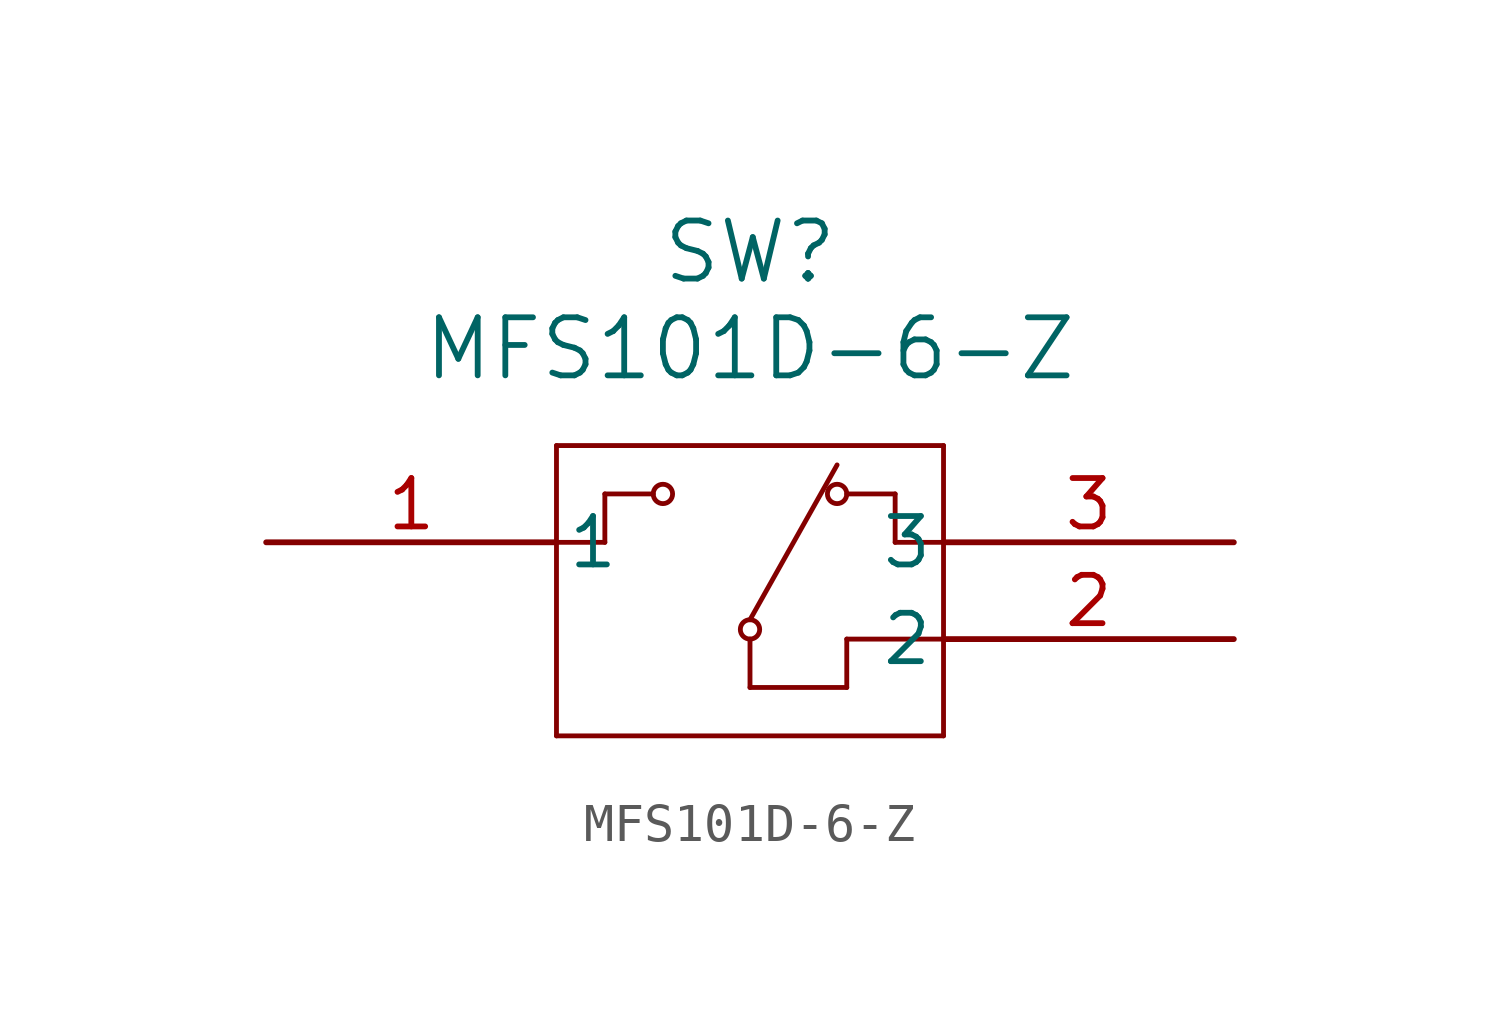
<source format=kicad_sym>
(kicad_symbol_lib
  (version 20211014)
  (generator kicad_symbol_editor)
  (symbol "MFS101D-6-Z"
    (pin_names
      (offset 0.254))
    (property "Reference" "SW"
      (at 12.7 7.62 0)
      (effects (font (size 1.524 1.524))))
    (property "Value" "MFS101D-6-Z"
      (at 12.7 5.08 0)
      (effects (font (size 1.524 1.524))))
    (symbol "MFS101D-6-Z_0_1"
      (polyline (pts (xy 7.62 2.54) (xy 7.62 -5.08)) (stroke (width 0.127) (type default) (color 0 0 0 0)) (fill (type none)))
      (polyline (pts (xy 7.62 -5.08) (xy 17.78 -5.08)) (stroke (width 0.127) (type default) (color 0 0 0 0)) (fill (type none)))
      (polyline (pts (xy 17.78 -5.08) (xy 17.78 2.54)) (stroke (width 0.127) (type default) (color 0 0 0 0)) (fill (type none)))
      (polyline (pts (xy 17.78 2.54) (xy 7.62 2.54)) (stroke (width 0.127) (type default) (color 0 0 0 0)) (fill (type none)))
      (polyline (pts (xy 8.89 1.27) (xy 10.16 1.27)) (stroke (width 0.127) (type default) (color 0 0 0 0)) (fill (type none)))
      (polyline (pts (xy 16.51 0) (xy 17.78 0)) (stroke (width 0.127) (type default) (color 0 0 0 0)) (fill (type none)))
      (polyline (pts (xy 17.78 -2.54) (xy 15.24 -2.54)) (stroke (width 0.127) (type default) (color 0 0 0 0)) (fill (type none)))
      (polyline (pts (xy 15.24 -2.54) (xy 15.24 -3.81)) (stroke (width 0.127) (type default) (color 0 0 0 0)) (fill (type none)))
      (polyline (pts (xy 15.24 -3.81) (xy 12.7 -3.81)) (stroke (width 0.127) (type default) (color 0 0 0 0)) (fill (type none)))
      (polyline (pts (xy 12.7 -3.81) (xy 12.7 -2.54)) (stroke (width 0.127) (type default) (color 0 0 0 0)) (fill (type none)))
      (circle (center 10.414 1.27) (radius 0.254) (stroke (width 0.127) (type default) (color 0 0 0 0)) (fill (type none)))
      (circle (center 14.986 1.27) (radius 0.254) (stroke (width 0.127) (type default) (color 0 0 0 0)) (fill (type none)))
      (circle (center 12.7 -2.286) (radius 0.254) (stroke (width 0.127) (type default) (color 0 0 0 0)) (fill (type none)))
      (polyline (pts (xy 12.7 -2.032) (xy 14.986 2.032)) (stroke (width 0.127) (type default) (color 0 0 0 0)) (fill (type none)))
      (polyline (pts (xy 7.62 0) (xy 8.89 0)) (stroke (width 0.127) (type default) (color 0 0 0 0)) (fill (type none)))
      (polyline (pts (xy 8.89 0) (xy 8.89 1.27)) (stroke (width 0.127) (type default) (color 0 0 0 0)) (fill (type none)))
      (polyline (pts (xy 15.24 1.27) (xy 16.51 1.27)) (stroke (width 0.127) (type default) (color 0 0 0 0)) (fill (type none)))
      (polyline (pts (xy 16.51 1.27) (xy 16.51 0)) (stroke (width 0.127) (type default) (color 0 0 0 0)) (fill (type none)))
      (pin unspecified line (at 0 0 0) (length 7.62) (name "1" (effects (font (size 1.27 1.27)))) (number "1" (effects (font (size 1.27 1.27)))))
      (pin unspecified line (at 25.4 -2.54 180) (length 7.62) (name "2" (effects (font (size 1.27 1.27)))) (number "2" (effects (font (size 1.27 1.27)))))
      (pin unspecified line (at 25.4 0 180) (length 7.62) (name "3" (effects (font (size 1.27 1.27)))) (number "3" (effects (font (size 1.27 1.27))))))))
</source>
